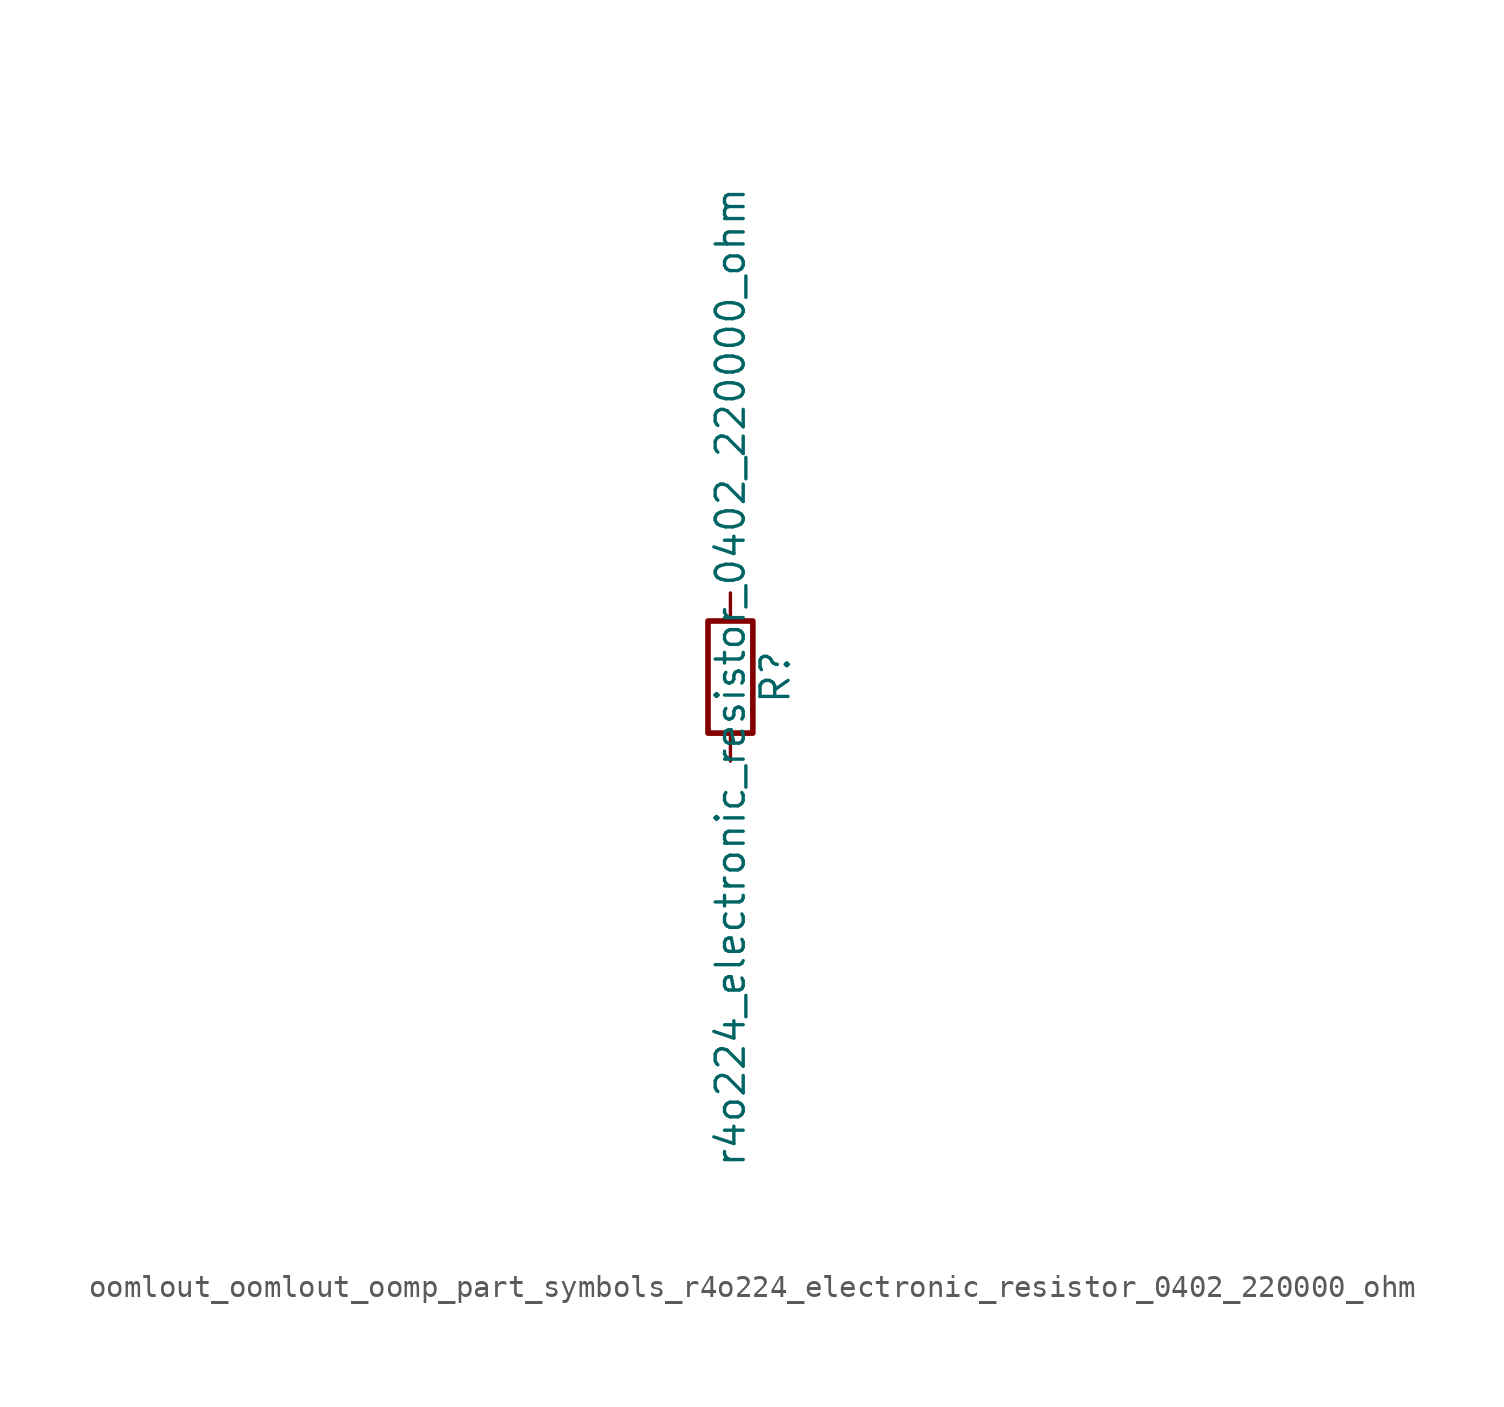
<source format=kicad_sym>
(kicad_symbol_lib
  (version 20220914)
  (generator kicad_symbol_editor)
  (symbol "oomlout_oomlout_oomp_part_symbols_r4o224_electronic_resistor_0402_220000_ohm"
    (pin_numbers hide)
    (pin_names
      (offset 0))
    (property "Reference" "R"
      (at 2.032 0 90)
      (effects (font (size 1.27 1.27))))
    (property "Value" "r4o224_electronic_resistor_0402_220000_ohm"
      (at 0 0 90)
      (effects (font (size 1.27 1.27))))
    (symbol "oomlout_oomlout_oomp_part_symbols_r4o224_electronic_resistor_0402_220000_ohm_0_1"
      (rectangle (start -1.016 -2.54) (end 1.016 2.54) (stroke (width 0.254) (type default)) (fill (type none))))
    (symbol "oomlout_oomlout_oomp_part_symbols_r4o224_electronic_resistor_0402_220000_ohm_1_1"
      (pin passive line (at 0 3.81 270) (length 1.27) (name "~" (effects (font (size 1.27 1.27)))) (number "1" (effects (font (size 1.27 1.27)))))
      (pin passive line (at 0 -3.81 90) (length 1.27) (name "~" (effects (font (size 1.27 1.27)))) (number "2" (effects (font (size 1.27 1.27))))))))
</source>
